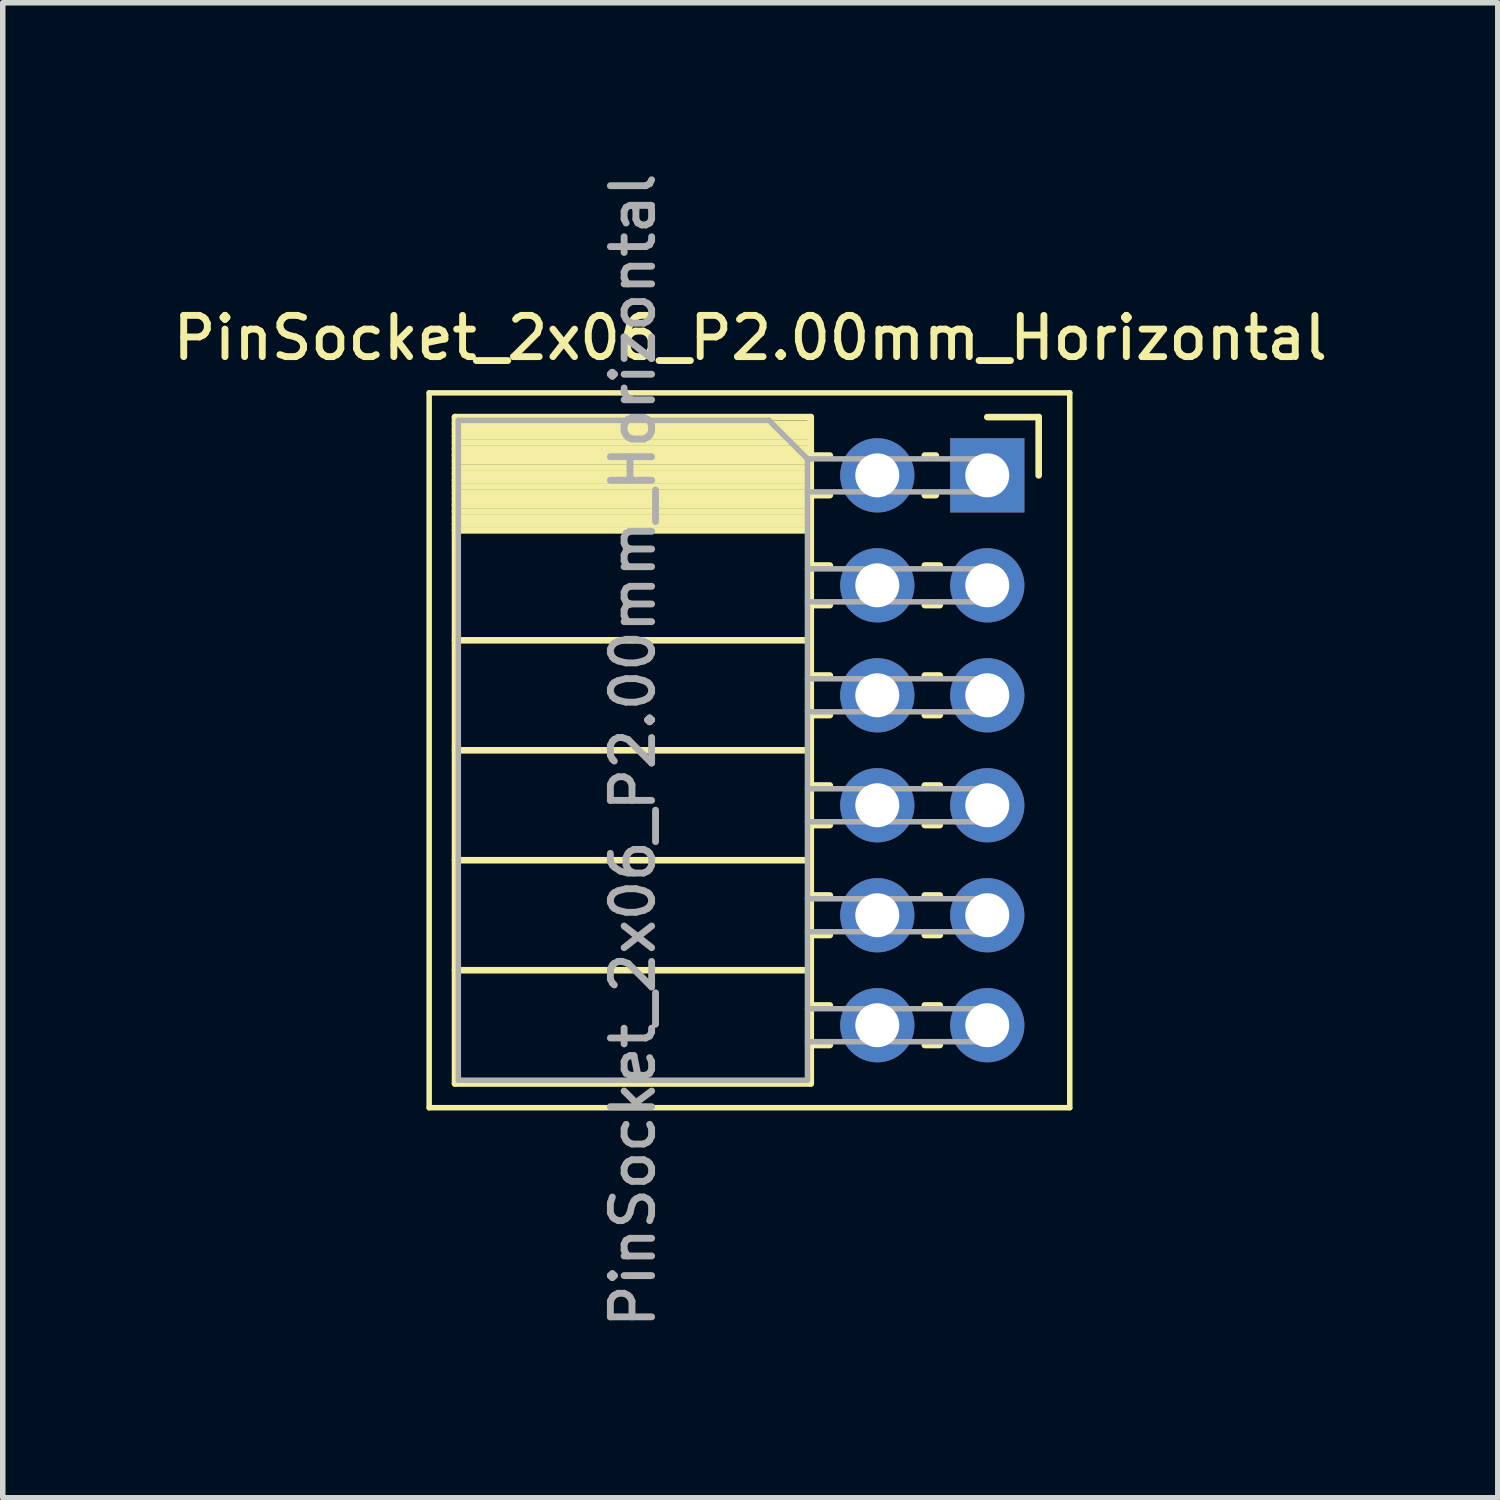
<source format=kicad_pcb>
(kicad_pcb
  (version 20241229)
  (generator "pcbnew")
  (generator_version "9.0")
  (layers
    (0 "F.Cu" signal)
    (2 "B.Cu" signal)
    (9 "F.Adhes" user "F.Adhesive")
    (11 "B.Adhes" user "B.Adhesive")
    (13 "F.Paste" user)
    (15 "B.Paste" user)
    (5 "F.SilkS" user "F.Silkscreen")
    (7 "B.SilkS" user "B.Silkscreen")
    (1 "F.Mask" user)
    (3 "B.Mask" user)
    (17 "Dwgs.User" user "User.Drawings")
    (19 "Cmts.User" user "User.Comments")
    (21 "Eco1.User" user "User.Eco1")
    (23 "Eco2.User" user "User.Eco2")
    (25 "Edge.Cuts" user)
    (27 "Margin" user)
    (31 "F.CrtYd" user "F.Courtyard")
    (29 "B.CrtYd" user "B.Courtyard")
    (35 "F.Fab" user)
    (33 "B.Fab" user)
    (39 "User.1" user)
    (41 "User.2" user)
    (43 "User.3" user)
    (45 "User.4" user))
  (footprint "PinSocket_2x06_P2.00mm_Horizontal"
    (layer "F.Cu")
    (at 14.905 5.595)
    (property "Reference" "PinSocket_2x06_P2.00mm_Horizontal" (at -4.31 -2.5 0) (layer "F.SilkS") (effects (font (size 0.75 0.75) (thickness 0.125))))
    (attr through_hole)
    (fp_line (start -10.15 -1.5) (end -10.15 11.5) (stroke (width 0.1) (type solid)) (layer "F.SilkS"))
    (fp_line (start -10.15 11.5) (end 1.5 11.5) (stroke (width 0.1) (type solid)) (layer "F.SilkS"))
    (fp_line (start -9.68 -1.06) (end -9.68 11.06) (stroke (width 0.12) (type solid)) (layer "F.SilkS"))
    (fp_line (start -9.68 -1.06) (end -3.21 -1.06) (stroke (width 0.12) (type solid)) (layer "F.SilkS"))
    (fp_line (start -9.68 -0.94) (end -3.21 -0.94) (stroke (width 0.12) (type solid)) (layer "F.SilkS"))
    (fp_line (start -9.68 -0.826) (end -3.21 -0.826) (stroke (width 0.12) (type solid)) (layer "F.SilkS"))
    (fp_line (start -9.68 -0.712) (end -3.21 -0.712) (stroke (width 0.12) (type solid)) (layer "F.SilkS"))
    (fp_line (start -9.68 -0.598) (end -3.21 -0.598) (stroke (width 0.12) (type solid)) (layer "F.SilkS"))
    (fp_line (start -9.68 -0.484) (end -3.21 -0.484) (stroke (width 0.12) (type solid)) (layer "F.SilkS"))
    (fp_line (start -9.68 -0.369) (end -3.21 -0.369) (stroke (width 0.12) (type solid)) (layer "F.SilkS"))
    (fp_line (start -9.68 -0.255) (end -3.21 -0.255) (stroke (width 0.12) (type solid)) (layer "F.SilkS"))
    (fp_line (start -9.68 -0.141) (end -3.21 -0.141) (stroke (width 0.12) (type solid)) (layer "F.SilkS"))
    (fp_line (start -9.68 -0.027) (end -3.21 -0.027) (stroke (width 0.12) (type solid)) (layer "F.SilkS"))
    (fp_line (start -9.68 0.087) (end -3.21 0.087) (stroke (width 0.12) (type solid)) (layer "F.SilkS"))
    (fp_line (start -9.68 0.201) (end -3.21 0.201) (stroke (width 0.12) (type solid)) (layer "F.SilkS"))
    (fp_line (start -9.68 0.315) (end -3.21 0.315) (stroke (width 0.12) (type solid)) (layer "F.SilkS"))
    (fp_line (start -9.68 0.429) (end -3.21 0.429) (stroke (width 0.12) (type solid)) (layer "F.SilkS"))
    (fp_line (start -9.68 0.544) (end -3.21 0.544) (stroke (width 0.12) (type solid)) (layer "F.SilkS"))
    (fp_line (start -9.68 0.658) (end -3.21 0.658) (stroke (width 0.12) (type solid)) (layer "F.SilkS"))
    (fp_line (start -9.68 0.772) (end -3.21 0.772) (stroke (width 0.12) (type solid)) (layer "F.SilkS"))
    (fp_line (start -9.68 0.886) (end -3.21 0.886) (stroke (width 0.12) (type solid)) (layer "F.SilkS"))
    (fp_line (start -9.68 1) (end -3.21 1) (stroke (width 0.12) (type solid)) (layer "F.SilkS"))
    (fp_line (start -9.68 3) (end -3.21 3) (stroke (width 0.12) (type solid)) (layer "F.SilkS"))
    (fp_line (start -9.68 5) (end -3.21 5) (stroke (width 0.12) (type solid)) (layer "F.SilkS"))
    (fp_line (start -9.68 7) (end -3.21 7) (stroke (width 0.12) (type solid)) (layer "F.SilkS"))
    (fp_line (start -9.68 9) (end -3.21 9) (stroke (width 0.12) (type solid)) (layer "F.SilkS"))
    (fp_line (start -9.68 11.06) (end -3.21 11.06) (stroke (width 0.12) (type solid)) (layer "F.SilkS"))
    (fp_line (start -3.21 -1.06) (end -3.21 11.06) (stroke (width 0.12) (type solid)) (layer "F.SilkS"))
    (fp_line (start -3.21 -0.36) (end -2.863 -0.36) (stroke (width 0.12) (type solid)) (layer "F.SilkS"))
    (fp_line (start -3.21 0.36) (end -2.863 0.36) (stroke (width 0.12) (type solid)) (layer "F.SilkS"))
    (fp_line (start -3.21 1.64) (end -2.863 1.64) (stroke (width 0.12) (type solid)) (layer "F.SilkS"))
    (fp_line (start -3.21 2.36) (end -2.863 2.36) (stroke (width 0.12) (type solid)) (layer "F.SilkS"))
    (fp_line (start -3.21 3.64) (end -2.863 3.64) (stroke (width 0.12) (type solid)) (layer "F.SilkS"))
    (fp_line (start -3.21 4.36) (end -2.863 4.36) (stroke (width 0.12) (type solid)) (layer "F.SilkS"))
    (fp_line (start -3.21 5.64) (end -2.863 5.64) (stroke (width 0.12) (type solid)) (layer "F.SilkS"))
    (fp_line (start -3.21 6.36) (end -2.863 6.36) (stroke (width 0.12) (type solid)) (layer "F.SilkS"))
    (fp_line (start -3.21 7.64) (end -2.863 7.64) (stroke (width 0.12) (type solid)) (layer "F.SilkS"))
    (fp_line (start -3.21 8.36) (end -2.863 8.36) (stroke (width 0.12) (type solid)) (layer "F.SilkS"))
    (fp_line (start -3.21 9.64) (end -2.863 9.64) (stroke (width 0.12) (type solid)) (layer "F.SilkS"))
    (fp_line (start -3.21 10.36) (end -2.863 10.36) (stroke (width 0.12) (type solid)) (layer "F.SilkS"))
    (fp_line (start -1.137 -0.36) (end -0.935 -0.36) (stroke (width 0.12) (type solid)) (layer "F.SilkS"))
    (fp_line (start -1.137 0.36) (end -0.935 0.36) (stroke (width 0.12) (type solid)) (layer "F.SilkS"))
    (fp_line (start -1.137 1.64) (end -0.863 1.64) (stroke (width 0.12) (type solid)) (layer "F.SilkS"))
    (fp_line (start -1.137 2.36) (end -0.863 2.36) (stroke (width 0.12) (type solid)) (layer "F.SilkS"))
    (fp_line (start -1.137 3.64) (end -0.863 3.64) (stroke (width 0.12) (type solid)) (layer "F.SilkS"))
    (fp_line (start -1.137 4.36) (end -0.863 4.36) (stroke (width 0.12) (type solid)) (layer "F.SilkS"))
    (fp_line (start -1.137 5.64) (end -0.863 5.64) (stroke (width 0.12) (type solid)) (layer "F.SilkS"))
    (fp_line (start -1.137 6.36) (end -0.863 6.36) (stroke (width 0.12) (type solid)) (layer "F.SilkS"))
    (fp_line (start -1.137 7.64) (end -0.863 7.64) (stroke (width 0.12) (type solid)) (layer "F.SilkS"))
    (fp_line (start -1.137 8.36) (end -0.863 8.36) (stroke (width 0.12) (type solid)) (layer "F.SilkS"))
    (fp_line (start -1.137 9.64) (end -0.863 9.64) (stroke (width 0.12) (type solid)) (layer "F.SilkS"))
    (fp_line (start -1.137 10.36) (end -0.863 10.36) (stroke (width 0.12) (type solid)) (layer "F.SilkS"))
    (fp_line (start 0 -1.06) (end 0.935 -1.06) (stroke (width 0.12) (type solid)) (layer "F.SilkS"))
    (fp_line (start 0.935 -1.06) (end 0.935 0) (stroke (width 0.12) (type solid)) (layer "F.SilkS"))
    (fp_line (start 1.5 -1.5) (end -10.15 -1.5) (stroke (width 0.1) (type solid)) (layer "F.SilkS"))
    (fp_line (start 1.5 11.5) (end 1.5 -1.5) (stroke (width 0.1) (type solid)) (layer "F.SilkS"))
    (fp_line (start -9.62 -1) (end -3.97 -1) (stroke (width 0.1) (type solid)) (layer "F.Fab"))
    (fp_line (start -9.62 11) (end -9.62 -1) (stroke (width 0.1) (type solid)) (layer "F.Fab"))
    (fp_line (start -3.97 -1) (end -3.27 -0.3) (stroke (width 0.1) (type solid)) (layer "F.Fab"))
    (fp_line (start -3.27 -0.3) (end -3.27 11) (stroke (width 0.1) (type solid)) (layer "F.Fab"))
    (fp_line (start -3.27 0.3) (end 0 0.3) (stroke (width 0.1) (type solid)) (layer "F.Fab"))
    (fp_line (start -3.27 2.3) (end 0 2.3) (stroke (width 0.1) (type solid)) (layer "F.Fab"))
    (fp_line (start -3.27 4.3) (end 0 4.3) (stroke (width 0.1) (type solid)) (layer "F.Fab"))
    (fp_line (start -3.27 6.3) (end 0 6.3) (stroke (width 0.1) (type solid)) (layer "F.Fab"))
    (fp_line (start -3.27 8.3) (end 0 8.3) (stroke (width 0.1) (type solid)) (layer "F.Fab"))
    (fp_line (start -3.27 10.3) (end 0 10.3) (stroke (width 0.1) (type solid)) (layer "F.Fab"))
    (fp_line (start -3.27 11) (end -9.62 11) (stroke (width 0.1) (type solid)) (layer "F.Fab"))
    (fp_line (start 0 -0.3) (end -3.27 -0.3) (stroke (width 0.1) (type solid)) (layer "F.Fab"))
    (fp_line (start 0 0.3) (end 0 -0.3) (stroke (width 0.1) (type solid)) (layer "F.Fab"))
    (fp_line (start 0 1.7) (end -3.27 1.7) (stroke (width 0.1) (type solid)) (layer "F.Fab"))
    (fp_line (start 0 2.3) (end 0 1.7) (stroke (width 0.1) (type solid)) (layer "F.Fab"))
    (fp_line (start 0 3.7) (end -3.27 3.7) (stroke (width 0.1) (type solid)) (layer "F.Fab"))
    (fp_line (start 0 4.3) (end 0 3.7) (stroke (width 0.1) (type solid)) (layer "F.Fab"))
    (fp_line (start 0 5.7) (end -3.27 5.7) (stroke (width 0.1) (type solid)) (layer "F.Fab"))
    (fp_line (start 0 6.3) (end 0 5.7) (stroke (width 0.1) (type solid)) (layer "F.Fab"))
    (fp_line (start 0 7.7) (end -3.27 7.7) (stroke (width 0.1) (type solid)) (layer "F.Fab"))
    (fp_line (start 0 8.3) (end 0 7.7) (stroke (width 0.1) (type solid)) (layer "F.Fab"))
    (fp_line (start 0 9.7) (end -3.27 9.7) (stroke (width 0.1) (type solid)) (layer "F.Fab"))
    (fp_line (start 0 10.3) (end 0 9.7) (stroke (width 0.1) (type solid)) (layer "F.Fab"))
    (fp_text user "${REFERENCE}" (at -6.445 5 90) (layer "F.Fab") (effects (font (size 0.75 0.75) (thickness 0.125))))
    (pad "1" thru_hole rect (at 0 0) (size 1.35 1.35) (drill 0.8) (layers "*.Cu" "*.Mask"))
    (pad "2" thru_hole oval (at -2 0) (size 1.35 1.35) (drill 0.8) (layers "*.Cu" "*.Mask"))
    (pad "3" thru_hole oval (at 0 2) (size 1.35 1.35) (drill 0.8) (layers "*.Cu" "*.Mask"))
    (pad "4" thru_hole oval (at -2 2) (size 1.35 1.35) (drill 0.8) (layers "*.Cu" "*.Mask"))
    (pad "5" thru_hole oval (at 0 4) (size 1.35 1.35) (drill 0.8) (layers "*.Cu" "*.Mask"))
    (pad "6" thru_hole oval (at -2 4) (size 1.35 1.35) (drill 0.8) (layers "*.Cu" "*.Mask"))
    (pad "7" thru_hole oval (at 0 6) (size 1.35 1.35) (drill 0.8) (layers "*.Cu" "*.Mask"))
    (pad "8" thru_hole oval (at -2 6) (size 1.35 1.35) (drill 0.8) (layers "*.Cu" "*.Mask"))
    (pad "9" thru_hole oval (at 0 8) (size 1.35 1.35) (drill 0.8) (layers "*.Cu" "*.Mask"))
    (pad "10" thru_hole oval (at -2 8) (size 1.35 1.35) (drill 0.8) (layers "*.Cu" "*.Mask"))
    (pad "11" thru_hole oval (at 0 10) (size 1.35 1.35) (drill 0.8) (layers "*.Cu" "*.Mask"))
    (pad "12" thru_hole oval (at -2 10) (size 1.35 1.35) (drill 0.8) (layers "*.Cu" "*.Mask")))
  (gr_rect
    (start -3 -3)
    (end 24.189 24.189)
    (stroke (width 0.1) (type default))
    (fill no)
    (layer "Edge.Cuts")))
</source>
